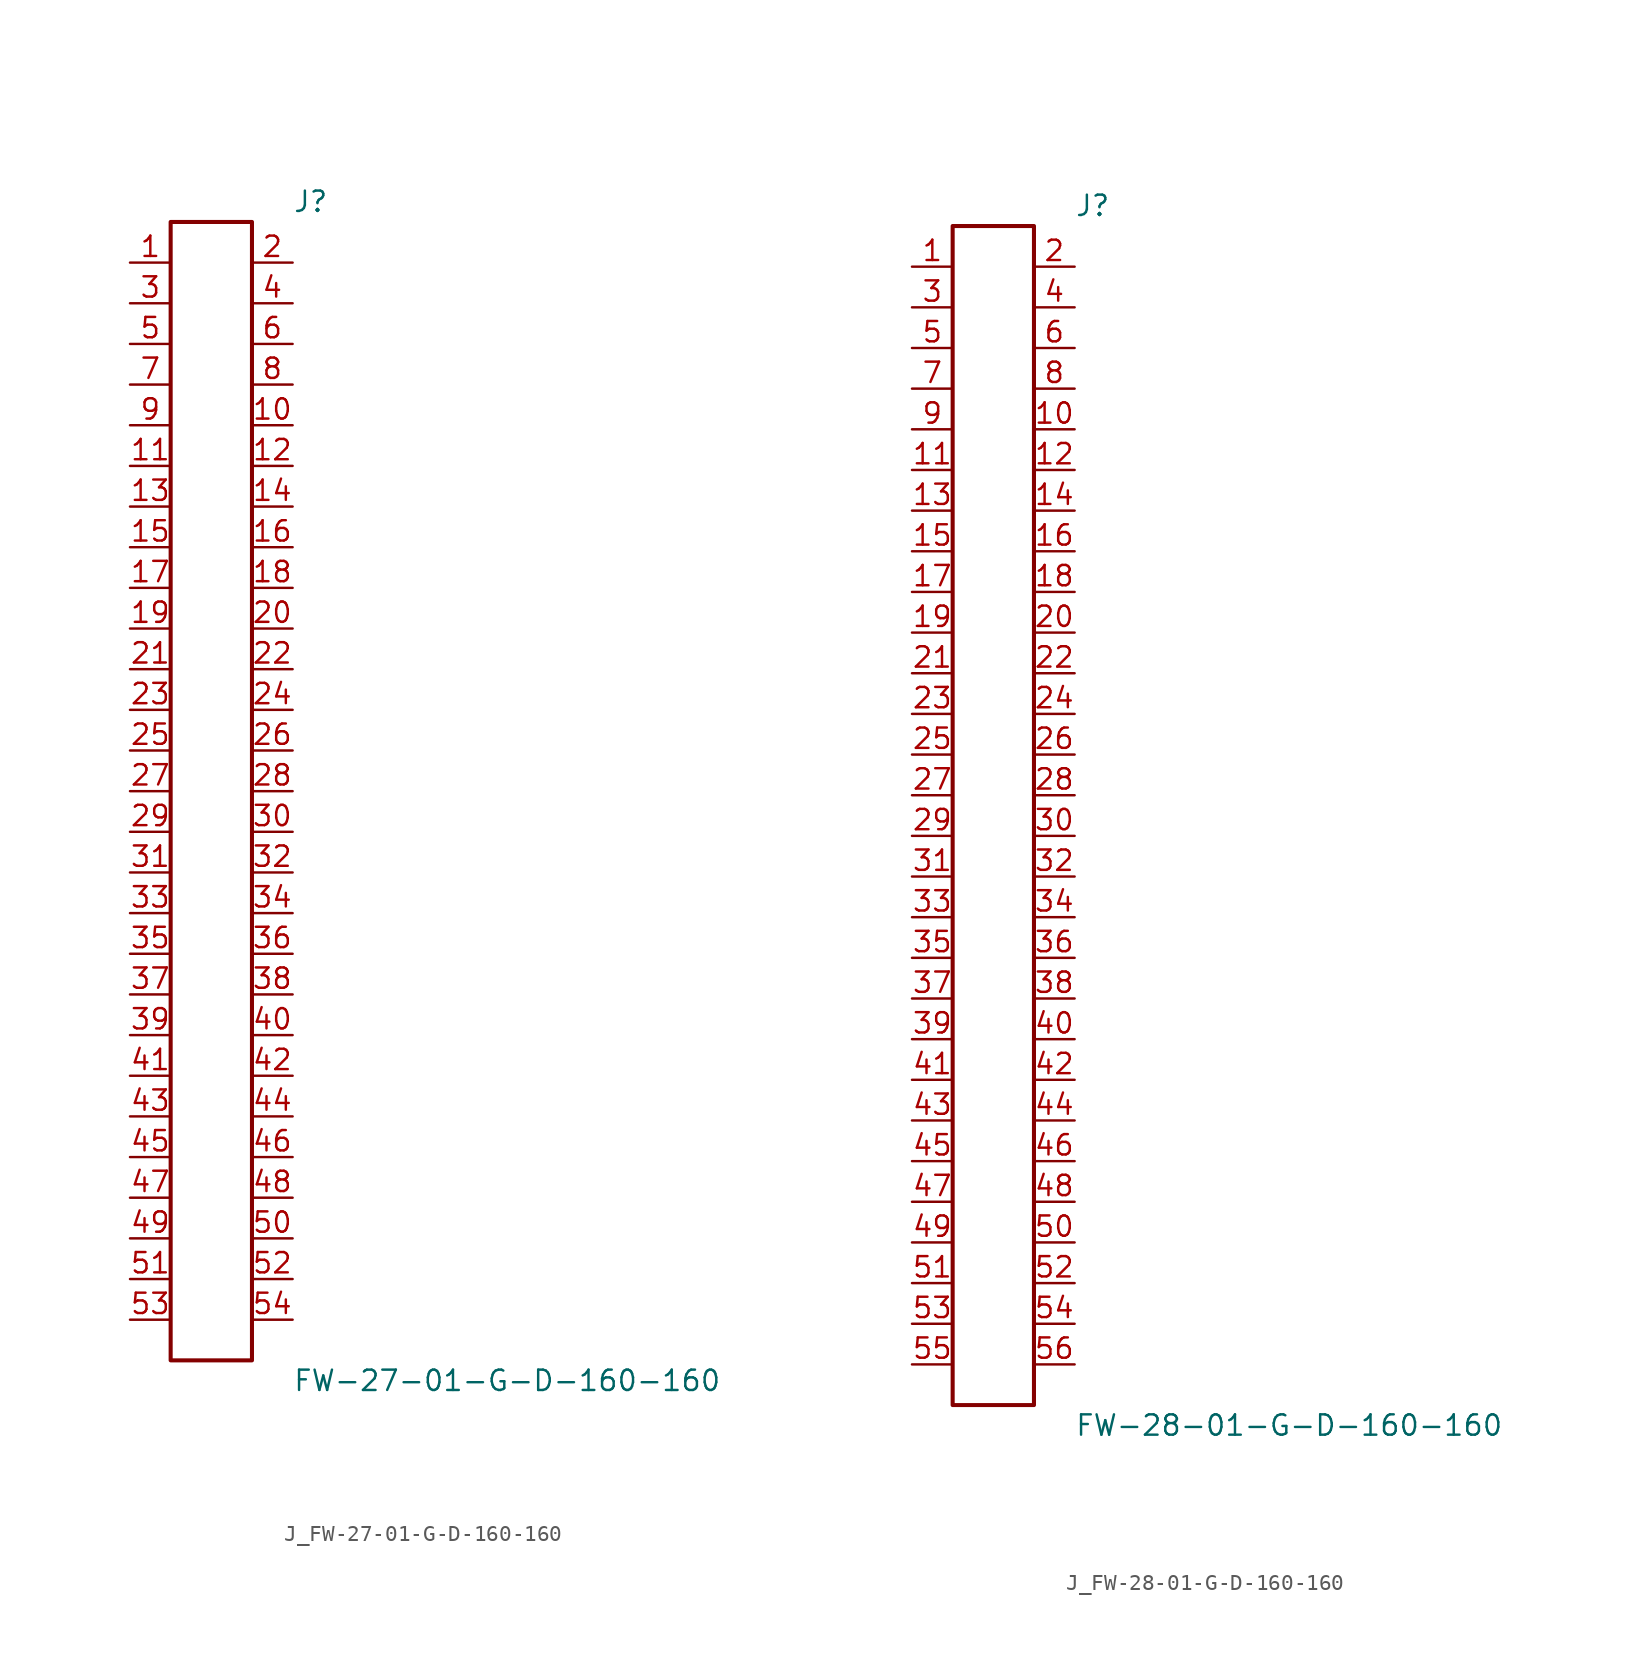
<source format=kicad_sym>
(kicad_symbol_lib
  (version 20231120)
  (generator kicad_symbol_editor)
  (generator_version 8.0)
  (symbol "J_FW-27-01-G-D-160-160"
    (pin_names
      (offset 0.254))
    (property "Reference" "J"
      (at 5.08 36.83 0)
      (effects (font (size 1.27 1.27)) (justify left)))
    (property "Value" "FW-27-01-G-D-160-160"
      (at 5.08 -36.83 0)
      (effects (font (size 1.27 1.27)) (justify left)))
    (symbol "J_FW-27-01-G-D-160-160_0_0"
      (pin unspecified line (at -5.08 33.02 0) (length 2.54) (name "" (effects (font (size 1.27 1.27)))) (number "1" (effects (font (size 1.27 1.27)))))
      (pin unspecified line (at 5.08 33.02 180) (length 2.54) (name "" (effects (font (size 1.27 1.27)))) (number "2" (effects (font (size 1.27 1.27)))))
      (pin unspecified line (at -5.08 30.48 0) (length 2.54) (name "" (effects (font (size 1.27 1.27)))) (number "3" (effects (font (size 1.27 1.27)))))
      (pin unspecified line (at 5.08 30.48 180) (length 2.54) (name "" (effects (font (size 1.27 1.27)))) (number "4" (effects (font (size 1.27 1.27)))))
      (pin unspecified line (at -5.08 27.94 0) (length 2.54) (name "" (effects (font (size 1.27 1.27)))) (number "5" (effects (font (size 1.27 1.27)))))
      (pin unspecified line (at 5.08 27.94 180) (length 2.54) (name "" (effects (font (size 1.27 1.27)))) (number "6" (effects (font (size 1.27 1.27)))))
      (pin unspecified line (at -5.08 25.4 0) (length 2.54) (name "" (effects (font (size 1.27 1.27)))) (number "7" (effects (font (size 1.27 1.27)))))
      (pin unspecified line (at 5.08 25.4 180) (length 2.54) (name "" (effects (font (size 1.27 1.27)))) (number "8" (effects (font (size 1.27 1.27)))))
      (pin unspecified line (at -5.08 22.86 0) (length 2.54) (name "" (effects (font (size 1.27 1.27)))) (number "9" (effects (font (size 1.27 1.27)))))
      (pin unspecified line (at 5.08 22.86 180) (length 2.54) (name "" (effects (font (size 1.27 1.27)))) (number "10" (effects (font (size 1.27 1.27)))))
      (pin unspecified line (at -5.08 20.32 0) (length 2.54) (name "" (effects (font (size 1.27 1.27)))) (number "11" (effects (font (size 1.27 1.27)))))
      (pin unspecified line (at 5.08 20.32 180) (length 2.54) (name "" (effects (font (size 1.27 1.27)))) (number "12" (effects (font (size 1.27 1.27)))))
      (pin unspecified line (at -5.08 17.78 0) (length 2.54) (name "" (effects (font (size 1.27 1.27)))) (number "13" (effects (font (size 1.27 1.27)))))
      (pin unspecified line (at 5.08 17.78 180) (length 2.54) (name "" (effects (font (size 1.27 1.27)))) (number "14" (effects (font (size 1.27 1.27)))))
      (pin unspecified line (at -5.08 15.24 0) (length 2.54) (name "" (effects (font (size 1.27 1.27)))) (number "15" (effects (font (size 1.27 1.27)))))
      (pin unspecified line (at 5.08 15.24 180) (length 2.54) (name "" (effects (font (size 1.27 1.27)))) (number "16" (effects (font (size 1.27 1.27)))))
      (pin unspecified line (at -5.08 12.7 0) (length 2.54) (name "" (effects (font (size 1.27 1.27)))) (number "17" (effects (font (size 1.27 1.27)))))
      (pin unspecified line (at 5.08 12.7 180) (length 2.54) (name "" (effects (font (size 1.27 1.27)))) (number "18" (effects (font (size 1.27 1.27)))))
      (pin unspecified line (at -5.08 10.16 0) (length 2.54) (name "" (effects (font (size 1.27 1.27)))) (number "19" (effects (font (size 1.27 1.27)))))
      (pin unspecified line (at 5.08 10.16 180) (length 2.54) (name "" (effects (font (size 1.27 1.27)))) (number "20" (effects (font (size 1.27 1.27)))))
      (pin unspecified line (at -5.08 7.62 0) (length 2.54) (name "" (effects (font (size 1.27 1.27)))) (number "21" (effects (font (size 1.27 1.27)))))
      (pin unspecified line (at 5.08 7.62 180) (length 2.54) (name "" (effects (font (size 1.27 1.27)))) (number "22" (effects (font (size 1.27 1.27)))))
      (pin unspecified line (at -5.08 5.08 0) (length 2.54) (name "" (effects (font (size 1.27 1.27)))) (number "23" (effects (font (size 1.27 1.27)))))
      (pin unspecified line (at 5.08 5.08 180) (length 2.54) (name "" (effects (font (size 1.27 1.27)))) (number "24" (effects (font (size 1.27 1.27)))))
      (pin unspecified line (at -5.08 2.54 0) (length 2.54) (name "" (effects (font (size 1.27 1.27)))) (number "25" (effects (font (size 1.27 1.27)))))
      (pin unspecified line (at 5.08 2.54 180) (length 2.54) (name "" (effects (font (size 1.27 1.27)))) (number "26" (effects (font (size 1.27 1.27)))))
      (pin unspecified line (at -5.08 0.0 0) (length 2.54) (name "" (effects (font (size 1.27 1.27)))) (number "27" (effects (font (size 1.27 1.27)))))
      (pin unspecified line (at 5.08 0.0 180) (length 2.54) (name "" (effects (font (size 1.27 1.27)))) (number "28" (effects (font (size 1.27 1.27)))))
      (pin unspecified line (at -5.08 -2.54 0) (length 2.54) (name "" (effects (font (size 1.27 1.27)))) (number "29" (effects (font (size 1.27 1.27)))))
      (pin unspecified line (at 5.08 -2.54 180) (length 2.54) (name "" (effects (font (size 1.27 1.27)))) (number "30" (effects (font (size 1.27 1.27)))))
      (pin unspecified line (at -5.08 -5.08 0) (length 2.54) (name "" (effects (font (size 1.27 1.27)))) (number "31" (effects (font (size 1.27 1.27)))))
      (pin unspecified line (at 5.08 -5.08 180) (length 2.54) (name "" (effects (font (size 1.27 1.27)))) (number "32" (effects (font (size 1.27 1.27)))))
      (pin unspecified line (at -5.08 -7.62 0) (length 2.54) (name "" (effects (font (size 1.27 1.27)))) (number "33" (effects (font (size 1.27 1.27)))))
      (pin unspecified line (at 5.08 -7.62 180) (length 2.54) (name "" (effects (font (size 1.27 1.27)))) (number "34" (effects (font (size 1.27 1.27)))))
      (pin unspecified line (at -5.08 -10.16 0) (length 2.54) (name "" (effects (font (size 1.27 1.27)))) (number "35" (effects (font (size 1.27 1.27)))))
      (pin unspecified line (at 5.08 -10.16 180) (length 2.54) (name "" (effects (font (size 1.27 1.27)))) (number "36" (effects (font (size 1.27 1.27)))))
      (pin unspecified line (at -5.08 -12.7 0) (length 2.54) (name "" (effects (font (size 1.27 1.27)))) (number "37" (effects (font (size 1.27 1.27)))))
      (pin unspecified line (at 5.08 -12.7 180) (length 2.54) (name "" (effects (font (size 1.27 1.27)))) (number "38" (effects (font (size 1.27 1.27)))))
      (pin unspecified line (at -5.08 -15.24 0) (length 2.54) (name "" (effects (font (size 1.27 1.27)))) (number "39" (effects (font (size 1.27 1.27)))))
      (pin unspecified line (at 5.08 -15.24 180) (length 2.54) (name "" (effects (font (size 1.27 1.27)))) (number "40" (effects (font (size 1.27 1.27)))))
      (pin unspecified line (at -5.08 -17.78 0) (length 2.54) (name "" (effects (font (size 1.27 1.27)))) (number "41" (effects (font (size 1.27 1.27)))))
      (pin unspecified line (at 5.08 -17.78 180) (length 2.54) (name "" (effects (font (size 1.27 1.27)))) (number "42" (effects (font (size 1.27 1.27)))))
      (pin unspecified line (at -5.08 -20.32 0) (length 2.54) (name "" (effects (font (size 1.27 1.27)))) (number "43" (effects (font (size 1.27 1.27)))))
      (pin unspecified line (at 5.08 -20.32 180) (length 2.54) (name "" (effects (font (size 1.27 1.27)))) (number "44" (effects (font (size 1.27 1.27)))))
      (pin unspecified line (at -5.08 -22.86 0) (length 2.54) (name "" (effects (font (size 1.27 1.27)))) (number "45" (effects (font (size 1.27 1.27)))))
      (pin unspecified line (at 5.08 -22.86 180) (length 2.54) (name "" (effects (font (size 1.27 1.27)))) (number "46" (effects (font (size 1.27 1.27)))))
      (pin unspecified line (at -5.08 -25.4 0) (length 2.54) (name "" (effects (font (size 1.27 1.27)))) (number "47" (effects (font (size 1.27 1.27)))))
      (pin unspecified line (at 5.08 -25.4 180) (length 2.54) (name "" (effects (font (size 1.27 1.27)))) (number "48" (effects (font (size 1.27 1.27)))))
      (pin unspecified line (at -5.08 -27.94 0) (length 2.54) (name "" (effects (font (size 1.27 1.27)))) (number "49" (effects (font (size 1.27 1.27)))))
      (pin unspecified line (at 5.08 -27.94 180) (length 2.54) (name "" (effects (font (size 1.27 1.27)))) (number "50" (effects (font (size 1.27 1.27)))))
      (pin unspecified line (at -5.08 -30.48 0) (length 2.54) (name "" (effects (font (size 1.27 1.27)))) (number "51" (effects (font (size 1.27 1.27)))))
      (pin unspecified line (at 5.08 -30.48 180) (length 2.54) (name "" (effects (font (size 1.27 1.27)))) (number "52" (effects (font (size 1.27 1.27)))))
      (pin unspecified line (at -5.08 -33.02 0) (length 2.54) (name "" (effects (font (size 1.27 1.27)))) (number "53" (effects (font (size 1.27 1.27)))))
      (pin unspecified line (at 5.08 -33.02 180) (length 2.54) (name "" (effects (font (size 1.27 1.27)))) (number "54" (effects (font (size 1.27 1.27))))))
    (symbol "J_FW-27-01-G-D-160-160_1_0"
      (rectangle (start -2.54 35.56) (end 2.54 -35.56) (stroke (width 0.254) (type solid)) (fill (type none)))))
  (symbol "J_FW-28-01-G-D-160-160"
    (pin_names
      (offset 0.254))
    (property "Reference" "J"
      (at 5.08 38.1 0)
      (effects (font (size 1.27 1.27)) (justify left)))
    (property "Value" "FW-28-01-G-D-160-160"
      (at 5.08 -38.1 0)
      (effects (font (size 1.27 1.27)) (justify left)))
    (symbol "J_FW-28-01-G-D-160-160_0_0"
      (pin unspecified line (at -5.08 34.29 0) (length 2.54) (name "" (effects (font (size 1.27 1.27)))) (number "1" (effects (font (size 1.27 1.27)))))
      (pin unspecified line (at 5.08 34.29 180) (length 2.54) (name "" (effects (font (size 1.27 1.27)))) (number "2" (effects (font (size 1.27 1.27)))))
      (pin unspecified line (at -5.08 31.75 0) (length 2.54) (name "" (effects (font (size 1.27 1.27)))) (number "3" (effects (font (size 1.27 1.27)))))
      (pin unspecified line (at 5.08 31.75 180) (length 2.54) (name "" (effects (font (size 1.27 1.27)))) (number "4" (effects (font (size 1.27 1.27)))))
      (pin unspecified line (at -5.08 29.21 0) (length 2.54) (name "" (effects (font (size 1.27 1.27)))) (number "5" (effects (font (size 1.27 1.27)))))
      (pin unspecified line (at 5.08 29.21 180) (length 2.54) (name "" (effects (font (size 1.27 1.27)))) (number "6" (effects (font (size 1.27 1.27)))))
      (pin unspecified line (at -5.08 26.67 0) (length 2.54) (name "" (effects (font (size 1.27 1.27)))) (number "7" (effects (font (size 1.27 1.27)))))
      (pin unspecified line (at 5.08 26.67 180) (length 2.54) (name "" (effects (font (size 1.27 1.27)))) (number "8" (effects (font (size 1.27 1.27)))))
      (pin unspecified line (at -5.08 24.13 0) (length 2.54) (name "" (effects (font (size 1.27 1.27)))) (number "9" (effects (font (size 1.27 1.27)))))
      (pin unspecified line (at 5.08 24.13 180) (length 2.54) (name "" (effects (font (size 1.27 1.27)))) (number "10" (effects (font (size 1.27 1.27)))))
      (pin unspecified line (at -5.08 21.59 0) (length 2.54) (name "" (effects (font (size 1.27 1.27)))) (number "11" (effects (font (size 1.27 1.27)))))
      (pin unspecified line (at 5.08 21.59 180) (length 2.54) (name "" (effects (font (size 1.27 1.27)))) (number "12" (effects (font (size 1.27 1.27)))))
      (pin unspecified line (at -5.08 19.05 0) (length 2.54) (name "" (effects (font (size 1.27 1.27)))) (number "13" (effects (font (size 1.27 1.27)))))
      (pin unspecified line (at 5.08 19.05 180) (length 2.54) (name "" (effects (font (size 1.27 1.27)))) (number "14" (effects (font (size 1.27 1.27)))))
      (pin unspecified line (at -5.08 16.51 0) (length 2.54) (name "" (effects (font (size 1.27 1.27)))) (number "15" (effects (font (size 1.27 1.27)))))
      (pin unspecified line (at 5.08 16.51 180) (length 2.54) (name "" (effects (font (size 1.27 1.27)))) (number "16" (effects (font (size 1.27 1.27)))))
      (pin unspecified line (at -5.08 13.97 0) (length 2.54) (name "" (effects (font (size 1.27 1.27)))) (number "17" (effects (font (size 1.27 1.27)))))
      (pin unspecified line (at 5.08 13.97 180) (length 2.54) (name "" (effects (font (size 1.27 1.27)))) (number "18" (effects (font (size 1.27 1.27)))))
      (pin unspecified line (at -5.08 11.43 0) (length 2.54) (name "" (effects (font (size 1.27 1.27)))) (number "19" (effects (font (size 1.27 1.27)))))
      (pin unspecified line (at 5.08 11.43 180) (length 2.54) (name "" (effects (font (size 1.27 1.27)))) (number "20" (effects (font (size 1.27 1.27)))))
      (pin unspecified line (at -5.08 8.89 0) (length 2.54) (name "" (effects (font (size 1.27 1.27)))) (number "21" (effects (font (size 1.27 1.27)))))
      (pin unspecified line (at 5.08 8.89 180) (length 2.54) (name "" (effects (font (size 1.27 1.27)))) (number "22" (effects (font (size 1.27 1.27)))))
      (pin unspecified line (at -5.08 6.35 0) (length 2.54) (name "" (effects (font (size 1.27 1.27)))) (number "23" (effects (font (size 1.27 1.27)))))
      (pin unspecified line (at 5.08 6.35 180) (length 2.54) (name "" (effects (font (size 1.27 1.27)))) (number "24" (effects (font (size 1.27 1.27)))))
      (pin unspecified line (at -5.08 3.81 0) (length 2.54) (name "" (effects (font (size 1.27 1.27)))) (number "25" (effects (font (size 1.27 1.27)))))
      (pin unspecified line (at 5.08 3.81 180) (length 2.54) (name "" (effects (font (size 1.27 1.27)))) (number "26" (effects (font (size 1.27 1.27)))))
      (pin unspecified line (at -5.08 1.27 0) (length 2.54) (name "" (effects (font (size 1.27 1.27)))) (number "27" (effects (font (size 1.27 1.27)))))
      (pin unspecified line (at 5.08 1.27 180) (length 2.54) (name "" (effects (font (size 1.27 1.27)))) (number "28" (effects (font (size 1.27 1.27)))))
      (pin unspecified line (at -5.08 -1.27 0) (length 2.54) (name "" (effects (font (size 1.27 1.27)))) (number "29" (effects (font (size 1.27 1.27)))))
      (pin unspecified line (at 5.08 -1.27 180) (length 2.54) (name "" (effects (font (size 1.27 1.27)))) (number "30" (effects (font (size 1.27 1.27)))))
      (pin unspecified line (at -5.08 -3.81 0) (length 2.54) (name "" (effects (font (size 1.27 1.27)))) (number "31" (effects (font (size 1.27 1.27)))))
      (pin unspecified line (at 5.08 -3.81 180) (length 2.54) (name "" (effects (font (size 1.27 1.27)))) (number "32" (effects (font (size 1.27 1.27)))))
      (pin unspecified line (at -5.08 -6.35 0) (length 2.54) (name "" (effects (font (size 1.27 1.27)))) (number "33" (effects (font (size 1.27 1.27)))))
      (pin unspecified line (at 5.08 -6.35 180) (length 2.54) (name "" (effects (font (size 1.27 1.27)))) (number "34" (effects (font (size 1.27 1.27)))))
      (pin unspecified line (at -5.08 -8.89 0) (length 2.54) (name "" (effects (font (size 1.27 1.27)))) (number "35" (effects (font (size 1.27 1.27)))))
      (pin unspecified line (at 5.08 -8.89 180) (length 2.54) (name "" (effects (font (size 1.27 1.27)))) (number "36" (effects (font (size 1.27 1.27)))))
      (pin unspecified line (at -5.08 -11.43 0) (length 2.54) (name "" (effects (font (size 1.27 1.27)))) (number "37" (effects (font (size 1.27 1.27)))))
      (pin unspecified line (at 5.08 -11.43 180) (length 2.54) (name "" (effects (font (size 1.27 1.27)))) (number "38" (effects (font (size 1.27 1.27)))))
      (pin unspecified line (at -5.08 -13.97 0) (length 2.54) (name "" (effects (font (size 1.27 1.27)))) (number "39" (effects (font (size 1.27 1.27)))))
      (pin unspecified line (at 5.08 -13.97 180) (length 2.54) (name "" (effects (font (size 1.27 1.27)))) (number "40" (effects (font (size 1.27 1.27)))))
      (pin unspecified line (at -5.08 -16.51 0) (length 2.54) (name "" (effects (font (size 1.27 1.27)))) (number "41" (effects (font (size 1.27 1.27)))))
      (pin unspecified line (at 5.08 -16.51 180) (length 2.54) (name "" (effects (font (size 1.27 1.27)))) (number "42" (effects (font (size 1.27 1.27)))))
      (pin unspecified line (at -5.08 -19.05 0) (length 2.54) (name "" (effects (font (size 1.27 1.27)))) (number "43" (effects (font (size 1.27 1.27)))))
      (pin unspecified line (at 5.08 -19.05 180) (length 2.54) (name "" (effects (font (size 1.27 1.27)))) (number "44" (effects (font (size 1.27 1.27)))))
      (pin unspecified line (at -5.08 -21.59 0) (length 2.54) (name "" (effects (font (size 1.27 1.27)))) (number "45" (effects (font (size 1.27 1.27)))))
      (pin unspecified line (at 5.08 -21.59 180) (length 2.54) (name "" (effects (font (size 1.27 1.27)))) (number "46" (effects (font (size 1.27 1.27)))))
      (pin unspecified line (at -5.08 -24.13 0) (length 2.54) (name "" (effects (font (size 1.27 1.27)))) (number "47" (effects (font (size 1.27 1.27)))))
      (pin unspecified line (at 5.08 -24.13 180) (length 2.54) (name "" (effects (font (size 1.27 1.27)))) (number "48" (effects (font (size 1.27 1.27)))))
      (pin unspecified line (at -5.08 -26.67 0) (length 2.54) (name "" (effects (font (size 1.27 1.27)))) (number "49" (effects (font (size 1.27 1.27)))))
      (pin unspecified line (at 5.08 -26.67 180) (length 2.54) (name "" (effects (font (size 1.27 1.27)))) (number "50" (effects (font (size 1.27 1.27)))))
      (pin unspecified line (at -5.08 -29.21 0) (length 2.54) (name "" (effects (font (size 1.27 1.27)))) (number "51" (effects (font (size 1.27 1.27)))))
      (pin unspecified line (at 5.08 -29.21 180) (length 2.54) (name "" (effects (font (size 1.27 1.27)))) (number "52" (effects (font (size 1.27 1.27)))))
      (pin unspecified line (at -5.08 -31.75 0) (length 2.54) (name "" (effects (font (size 1.27 1.27)))) (number "53" (effects (font (size 1.27 1.27)))))
      (pin unspecified line (at 5.08 -31.75 180) (length 2.54) (name "" (effects (font (size 1.27 1.27)))) (number "54" (effects (font (size 1.27 1.27)))))
      (pin unspecified line (at -5.08 -34.29 0) (length 2.54) (name "" (effects (font (size 1.27 1.27)))) (number "55" (effects (font (size 1.27 1.27)))))
      (pin unspecified line (at 5.08 -34.29 180) (length 2.54) (name "" (effects (font (size 1.27 1.27)))) (number "56" (effects (font (size 1.27 1.27))))))
    (symbol "J_FW-28-01-G-D-160-160_1_0"
      (rectangle (start -2.54 36.83) (end 2.54 -36.83) (stroke (width 0.254) (type solid)) (fill (type none))))))
</source>
